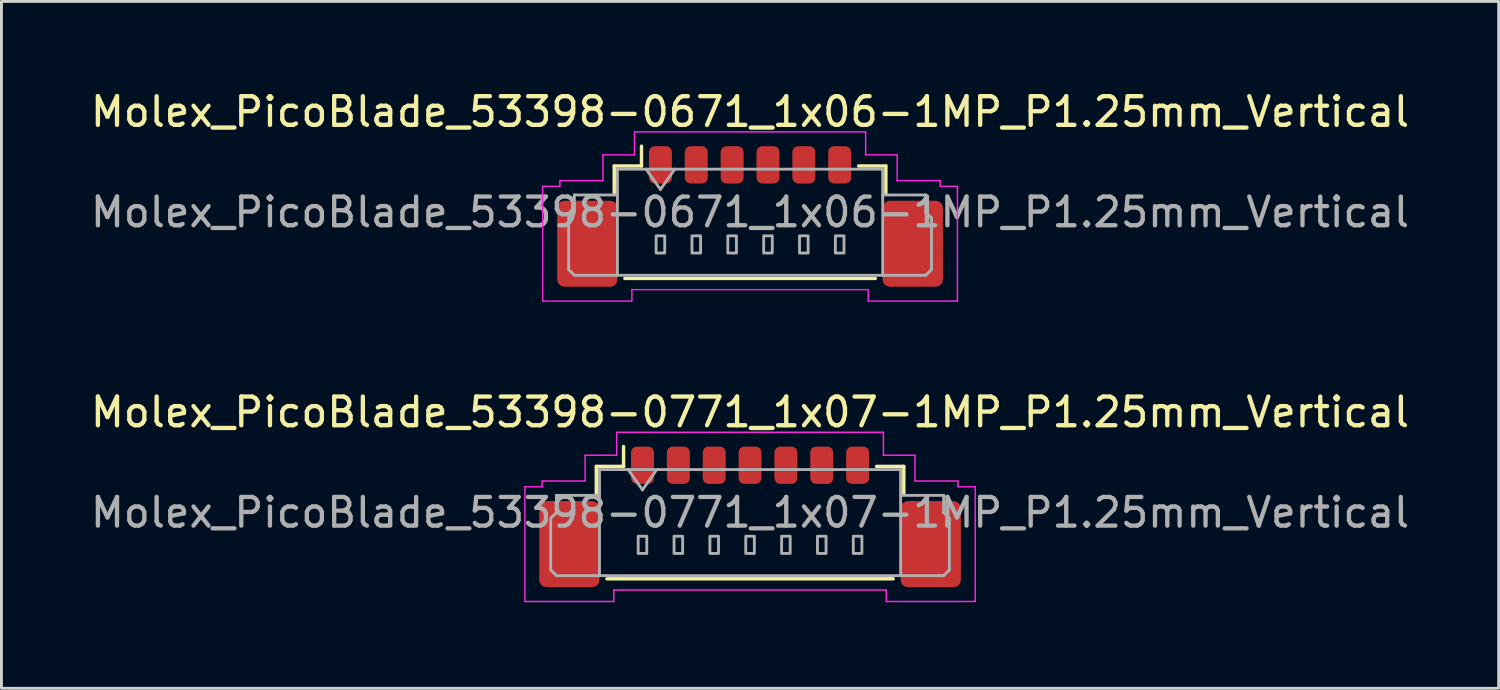
<source format=kicad_pcb>
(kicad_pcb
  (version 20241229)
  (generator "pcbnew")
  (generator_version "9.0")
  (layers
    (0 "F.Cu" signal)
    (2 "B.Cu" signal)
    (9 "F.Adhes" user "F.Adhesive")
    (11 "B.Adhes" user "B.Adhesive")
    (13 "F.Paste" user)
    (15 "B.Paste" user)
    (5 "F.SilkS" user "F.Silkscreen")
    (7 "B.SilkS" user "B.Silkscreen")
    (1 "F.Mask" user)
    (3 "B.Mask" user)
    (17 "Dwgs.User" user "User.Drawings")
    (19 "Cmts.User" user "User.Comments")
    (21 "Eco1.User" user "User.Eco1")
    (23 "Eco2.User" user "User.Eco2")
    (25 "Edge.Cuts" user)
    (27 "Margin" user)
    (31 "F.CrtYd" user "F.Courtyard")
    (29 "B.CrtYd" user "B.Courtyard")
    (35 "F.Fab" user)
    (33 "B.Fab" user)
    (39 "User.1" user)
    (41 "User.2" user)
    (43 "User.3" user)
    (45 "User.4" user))
  (footprint "Molex_PicoBlade_53398-0671_1x06-1MP_P1.25mm_Vertical"
    (layer "F.Cu")
    (at 23.101 3.948)
    (property "Reference" "Molex_PicoBlade_53398-0671_1x06-1MP_P1.25mm_Vertical" (at 0 -3.1 0) (layer "F.SilkS") (effects (font (size 1 1) (thickness 0.15))))
    (attr smd)
    (fp_line (start -4.735 -1.21) (end -3.785 -1.21) (stroke (width 0.12) (type solid)) (layer "F.SilkS"))
    (fp_line (start -4.735 -0.26) (end -4.735 -1.21) (stroke (width 0.12) (type solid)) (layer "F.SilkS"))
    (fp_line (start -4.365 2.71) (end 4.365 2.71) (stroke (width 0.12) (type solid)) (layer "F.SilkS"))
    (fp_line (start -3.785 -1.21) (end -3.785 -1.9) (stroke (width 0.12) (type solid)) (layer "F.SilkS"))
    (fp_line (start 4.735 -1.21) (end 3.785 -1.21) (stroke (width 0.12) (type solid)) (layer "F.SilkS"))
    (fp_line (start 4.735 -0.26) (end 4.735 -1.21) (stroke (width 0.12) (type solid)) (layer "F.SilkS"))
    (fp_line (start -7.23 -0.5) (end -6.63 -0.5) (stroke (width 0.05) (type solid)) (layer "F.CrtYd"))
    (fp_line (start -7.23 3.5) (end -7.23 -0.5) (stroke (width 0.05) (type solid)) (layer "F.CrtYd"))
    (fp_line (start -6.63 -0.7) (end -5.13 -0.7) (stroke (width 0.05) (type solid)) (layer "F.CrtYd"))
    (fp_line (start -6.63 -0.5) (end -6.63 -0.7) (stroke (width 0.05) (type solid)) (layer "F.CrtYd"))
    (fp_line (start -5.13 -1.6) (end -4.03 -1.6) (stroke (width 0.05) (type solid)) (layer "F.CrtYd"))
    (fp_line (start -5.13 -0.7) (end -5.13 -1.6) (stroke (width 0.05) (type solid)) (layer "F.CrtYd"))
    (fp_line (start -4.12 3.1) (end -4.12 3.5) (stroke (width 0.05) (type solid)) (layer "F.CrtYd"))
    (fp_line (start -4.12 3.5) (end -7.23 3.5) (stroke (width 0.05) (type solid)) (layer "F.CrtYd"))
    (fp_line (start -4.03 -2.4) (end 4.03 -2.4) (stroke (width 0.05) (type solid)) (layer "F.CrtYd"))
    (fp_line (start -4.03 -1.6) (end -4.03 -2.4) (stroke (width 0.05) (type solid)) (layer "F.CrtYd"))
    (fp_line (start 4.03 -2.4) (end 4.03 -1.6) (stroke (width 0.05) (type solid)) (layer "F.CrtYd"))
    (fp_line (start 4.03 -1.6) (end 5.13 -1.6) (stroke (width 0.05) (type solid)) (layer "F.CrtYd"))
    (fp_line (start 4.12 3.1) (end -4.12 3.1) (stroke (width 0.05) (type solid)) (layer "F.CrtYd"))
    (fp_line (start 4.12 3.5) (end 4.12 3.1) (stroke (width 0.05) (type solid)) (layer "F.CrtYd"))
    (fp_line (start 5.13 -1.6) (end 5.13 -0.7) (stroke (width 0.05) (type solid)) (layer "F.CrtYd"))
    (fp_line (start 5.13 -0.7) (end 6.63 -0.7) (stroke (width 0.05) (type solid)) (layer "F.CrtYd"))
    (fp_line (start 6.63 -0.7) (end 6.63 -0.5) (stroke (width 0.05) (type solid)) (layer "F.CrtYd"))
    (fp_line (start 6.63 -0.5) (end 7.23 -0.5) (stroke (width 0.05) (type solid)) (layer "F.CrtYd"))
    (fp_line (start 7.23 -0.5) (end 7.23 3.5) (stroke (width 0.05) (type solid)) (layer "F.CrtYd"))
    (fp_line (start 7.23 3.5) (end 4.12 3.5) (stroke (width 0.05) (type solid)) (layer "F.CrtYd"))
    (fp_line (start -6.325 0.6) (end -6.125 0.4) (stroke (width 0.1) (type solid)) (layer "F.Fab"))
    (fp_line (start -6.325 2.4) (end -6.325 0.6) (stroke (width 0.1) (type solid)) (layer "F.Fab"))
    (fp_line (start -6.125 -0.2) (end -4.625 -0.2) (stroke (width 0.1) (type solid)) (layer "F.Fab"))
    (fp_line (start -6.125 0.4) (end -6.125 -0.2) (stroke (width 0.1) (type solid)) (layer "F.Fab"))
    (fp_line (start -6.125 2.6) (end -6.325 2.4) (stroke (width 0.1) (type solid)) (layer "F.Fab"))
    (fp_line (start -4.625 -1.1) (end -4.625 2.6) (stroke (width 0.1) (type solid)) (layer "F.Fab"))
    (fp_line (start -4.625 -1.1) (end 4.625 -1.1) (stroke (width 0.1) (type solid)) (layer "F.Fab"))
    (fp_line (start -4.625 2.6) (end -6.125 2.6) (stroke (width 0.1) (type solid)) (layer "F.Fab"))
    (fp_line (start -4.625 2.6) (end 4.625 2.6) (stroke (width 0.1) (type solid)) (layer "F.Fab"))
    (fp_line (start -3.625 -1.1) (end -3.125 -0.393) (stroke (width 0.1) (type solid)) (layer "F.Fab"))
    (fp_line (start -3.125 -0.393) (end -2.625 -1.1) (stroke (width 0.1) (type solid)) (layer "F.Fab"))
    (fp_line (start 4.625 -1.1) (end 4.625 2.6) (stroke (width 0.1) (type solid)) (layer "F.Fab"))
    (fp_line (start 4.625 2.6) (end 6.125 2.6) (stroke (width 0.1) (type solid)) (layer "F.Fab"))
    (fp_line (start 6.125 -0.2) (end 4.625 -0.2) (stroke (width 0.1) (type solid)) (layer "F.Fab"))
    (fp_line (start 6.125 0.4) (end 6.125 -0.2) (stroke (width 0.1) (type solid)) (layer "F.Fab"))
    (fp_line (start 6.125 2.6) (end 6.325 2.4) (stroke (width 0.1) (type solid)) (layer "F.Fab"))
    (fp_line (start 6.325 0.6) (end 6.125 0.4) (stroke (width 0.1) (type solid)) (layer "F.Fab"))
    (fp_line (start 6.325 2.4) (end 6.325 0.6) (stroke (width 0.1) (type solid)) (layer "F.Fab"))
    (fp_rect (start -3.275 1.225) (end -2.975 1.825) (stroke (width 0.1) (type solid)) (fill no) (layer "F.Fab"))
    (fp_rect (start -2.025 1.225) (end -1.725 1.825) (stroke (width 0.1) (type solid)) (fill no) (layer "F.Fab"))
    (fp_rect (start -0.775 1.225) (end -0.475 1.825) (stroke (width 0.1) (type solid)) (fill no) (layer "F.Fab"))
    (fp_rect (start 0.475 1.225) (end 0.775 1.825) (stroke (width 0.1) (type solid)) (fill no) (layer "F.Fab"))
    (fp_rect (start 1.725 1.225) (end 2.025 1.825) (stroke (width 0.1) (type solid)) (fill no) (layer "F.Fab"))
    (fp_rect (start 2.975 1.225) (end 3.275 1.825) (stroke (width 0.1) (type solid)) (fill no) (layer "F.Fab"))
    (fp_text user "${REFERENCE}" (at 0 0.4 0) (layer "F.Fab") (effects (font (size 1 1) (thickness 0.15))))
    (pad "1" smd roundrect (at -3.125 -1.25) (size 0.8 1.3) (layers "F.Cu" "F.Mask" "F.Paste") (roundrect_rratio 0.25))
    (pad "2" smd roundrect (at -1.875 -1.25) (size 0.8 1.3) (layers "F.Cu" "F.Mask" "F.Paste") (roundrect_rratio 0.25))
    (pad "3" smd roundrect (at -0.625 -1.25) (size 0.8 1.3) (layers "F.Cu" "F.Mask" "F.Paste") (roundrect_rratio 0.25))
    (pad "4" smd roundrect (at 0.625 -1.25) (size 0.8 1.3) (layers "F.Cu" "F.Mask" "F.Paste") (roundrect_rratio 0.25))
    (pad "5" smd roundrect (at 1.875 -1.25) (size 0.8 1.3) (layers "F.Cu" "F.Mask" "F.Paste") (roundrect_rratio 0.25))
    (pad "6" smd roundrect (at 3.125 -1.25) (size 0.8 1.3) (layers "F.Cu" "F.Mask" "F.Paste") (roundrect_rratio 0.25))
    (pad "MP" smd roundrect (at -5.675 1.5) (size 2.1 3) (layers "F.Cu" "F.Mask" "F.Paste") (roundrect_rratio 0.119))
    (pad "MP" smd roundrect (at 5.675 1.5) (size 2.1 3) (layers "F.Cu" "F.Mask" "F.Paste") (roundrect_rratio 0.119)))
  (footprint "Molex_PicoBlade_53398-0771_1x07-1MP_P1.25mm_Vertical"
    (layer "F.Cu")
    (at 23.101 14.421)
    (property "Reference" "Molex_PicoBlade_53398-0771_1x07-1MP_P1.25mm_Vertical" (at 0 -3.1 0) (layer "F.SilkS") (effects (font (size 1 1) (thickness 0.15))))
    (attr smd)
    (fp_line (start -5.36 -1.21) (end -4.41 -1.21) (stroke (width 0.12) (type solid)) (layer "F.SilkS"))
    (fp_line (start -5.36 -0.26) (end -5.36 -1.21) (stroke (width 0.12) (type solid)) (layer "F.SilkS"))
    (fp_line (start -4.99 2.71) (end 4.99 2.71) (stroke (width 0.12) (type solid)) (layer "F.SilkS"))
    (fp_line (start -4.41 -1.21) (end -4.41 -1.9) (stroke (width 0.12) (type solid)) (layer "F.SilkS"))
    (fp_line (start 5.36 -1.21) (end 4.41 -1.21) (stroke (width 0.12) (type solid)) (layer "F.SilkS"))
    (fp_line (start 5.36 -0.26) (end 5.36 -1.21) (stroke (width 0.12) (type solid)) (layer "F.SilkS"))
    (fp_line (start -7.85 -0.5) (end -7.25 -0.5) (stroke (width 0.05) (type solid)) (layer "F.CrtYd"))
    (fp_line (start -7.85 3.5) (end -7.85 -0.5) (stroke (width 0.05) (type solid)) (layer "F.CrtYd"))
    (fp_line (start -7.25 -0.7) (end -5.75 -0.7) (stroke (width 0.05) (type solid)) (layer "F.CrtYd"))
    (fp_line (start -7.25 -0.5) (end -7.25 -0.7) (stroke (width 0.05) (type solid)) (layer "F.CrtYd"))
    (fp_line (start -5.75 -1.6) (end -4.65 -1.6) (stroke (width 0.05) (type solid)) (layer "F.CrtYd"))
    (fp_line (start -5.75 -0.7) (end -5.75 -1.6) (stroke (width 0.05) (type solid)) (layer "F.CrtYd"))
    (fp_line (start -4.75 3.1) (end -4.75 3.5) (stroke (width 0.05) (type solid)) (layer "F.CrtYd"))
    (fp_line (start -4.75 3.5) (end -7.85 3.5) (stroke (width 0.05) (type solid)) (layer "F.CrtYd"))
    (fp_line (start -4.65 -2.4) (end 4.65 -2.4) (stroke (width 0.05) (type solid)) (layer "F.CrtYd"))
    (fp_line (start -4.65 -1.6) (end -4.65 -2.4) (stroke (width 0.05) (type solid)) (layer "F.CrtYd"))
    (fp_line (start 4.65 -2.4) (end 4.65 -1.6) (stroke (width 0.05) (type solid)) (layer "F.CrtYd"))
    (fp_line (start 4.65 -1.6) (end 5.75 -1.6) (stroke (width 0.05) (type solid)) (layer "F.CrtYd"))
    (fp_line (start 4.75 3.1) (end -4.75 3.1) (stroke (width 0.05) (type solid)) (layer "F.CrtYd"))
    (fp_line (start 4.75 3.5) (end 4.75 3.1) (stroke (width 0.05) (type solid)) (layer "F.CrtYd"))
    (fp_line (start 5.75 -1.6) (end 5.75 -0.7) (stroke (width 0.05) (type solid)) (layer "F.CrtYd"))
    (fp_line (start 5.75 -0.7) (end 7.25 -0.7) (stroke (width 0.05) (type solid)) (layer "F.CrtYd"))
    (fp_line (start 7.25 -0.7) (end 7.25 -0.5) (stroke (width 0.05) (type solid)) (layer "F.CrtYd"))
    (fp_line (start 7.25 -0.5) (end 7.85 -0.5) (stroke (width 0.05) (type solid)) (layer "F.CrtYd"))
    (fp_line (start 7.85 -0.5) (end 7.85 3.5) (stroke (width 0.05) (type solid)) (layer "F.CrtYd"))
    (fp_line (start 7.85 3.5) (end 4.75 3.5) (stroke (width 0.05) (type solid)) (layer "F.CrtYd"))
    (fp_line (start -6.95 0.6) (end -6.75 0.4) (stroke (width 0.1) (type solid)) (layer "F.Fab"))
    (fp_line (start -6.95 2.4) (end -6.95 0.6) (stroke (width 0.1) (type solid)) (layer "F.Fab"))
    (fp_line (start -6.75 -0.2) (end -5.25 -0.2) (stroke (width 0.1) (type solid)) (layer "F.Fab"))
    (fp_line (start -6.75 0.4) (end -6.75 -0.2) (stroke (width 0.1) (type solid)) (layer "F.Fab"))
    (fp_line (start -6.75 2.6) (end -6.95 2.4) (stroke (width 0.1) (type solid)) (layer "F.Fab"))
    (fp_line (start -5.25 -1.1) (end -5.25 2.6) (stroke (width 0.1) (type solid)) (layer "F.Fab"))
    (fp_line (start -5.25 -1.1) (end 5.25 -1.1) (stroke (width 0.1) (type solid)) (layer "F.Fab"))
    (fp_line (start -5.25 2.6) (end -6.75 2.6) (stroke (width 0.1) (type solid)) (layer "F.Fab"))
    (fp_line (start -5.25 2.6) (end 5.25 2.6) (stroke (width 0.1) (type solid)) (layer "F.Fab"))
    (fp_line (start -4.25 -1.1) (end -3.75 -0.393) (stroke (width 0.1) (type solid)) (layer "F.Fab"))
    (fp_line (start -3.75 -0.393) (end -3.25 -1.1) (stroke (width 0.1) (type solid)) (layer "F.Fab"))
    (fp_line (start 5.25 -1.1) (end 5.25 2.6) (stroke (width 0.1) (type solid)) (layer "F.Fab"))
    (fp_line (start 5.25 2.6) (end 6.75 2.6) (stroke (width 0.1) (type solid)) (layer "F.Fab"))
    (fp_line (start 6.75 -0.2) (end 5.25 -0.2) (stroke (width 0.1) (type solid)) (layer "F.Fab"))
    (fp_line (start 6.75 0.4) (end 6.75 -0.2) (stroke (width 0.1) (type solid)) (layer "F.Fab"))
    (fp_line (start 6.75 2.6) (end 6.95 2.4) (stroke (width 0.1) (type solid)) (layer "F.Fab"))
    (fp_line (start 6.95 0.6) (end 6.75 0.4) (stroke (width 0.1) (type solid)) (layer "F.Fab"))
    (fp_line (start 6.95 2.4) (end 6.95 0.6) (stroke (width 0.1) (type solid)) (layer "F.Fab"))
    (fp_rect (start -3.9 1.225) (end -3.6 1.825) (stroke (width 0.1) (type solid)) (fill no) (layer "F.Fab"))
    (fp_rect (start -2.65 1.225) (end -2.35 1.825) (stroke (width 0.1) (type solid)) (fill no) (layer "F.Fab"))
    (fp_rect (start -1.4 1.225) (end -1.1 1.825) (stroke (width 0.1) (type solid)) (fill no) (layer "F.Fab"))
    (fp_rect (start -0.15 1.225) (end 0.15 1.825) (stroke (width 0.1) (type solid)) (fill no) (layer "F.Fab"))
    (fp_rect (start 1.1 1.225) (end 1.4 1.825) (stroke (width 0.1) (type solid)) (fill no) (layer "F.Fab"))
    (fp_rect (start 2.35 1.225) (end 2.65 1.825) (stroke (width 0.1) (type solid)) (fill no) (layer "F.Fab"))
    (fp_rect (start 3.6 1.225) (end 3.9 1.825) (stroke (width 0.1) (type solid)) (fill no) (layer "F.Fab"))
    (fp_text user "${REFERENCE}" (at 0 0.4 0) (layer "F.Fab") (effects (font (size 1 1) (thickness 0.15))))
    (pad "1" smd roundrect (at -3.75 -1.25) (size 0.8 1.3) (layers "F.Cu" "F.Mask" "F.Paste") (roundrect_rratio 0.25))
    (pad "2" smd roundrect (at -2.5 -1.25) (size 0.8 1.3) (layers "F.Cu" "F.Mask" "F.Paste") (roundrect_rratio 0.25))
    (pad "3" smd roundrect (at -1.25 -1.25) (size 0.8 1.3) (layers "F.Cu" "F.Mask" "F.Paste") (roundrect_rratio 0.25))
    (pad "4" smd roundrect (at 0 -1.25) (size 0.8 1.3) (layers "F.Cu" "F.Mask" "F.Paste") (roundrect_rratio 0.25))
    (pad "5" smd roundrect (at 1.25 -1.25) (size 0.8 1.3) (layers "F.Cu" "F.Mask" "F.Paste") (roundrect_rratio 0.25))
    (pad "6" smd roundrect (at 2.5 -1.25) (size 0.8 1.3) (layers "F.Cu" "F.Mask" "F.Paste") (roundrect_rratio 0.25))
    (pad "7" smd roundrect (at 3.75 -1.25) (size 0.8 1.3) (layers "F.Cu" "F.Mask" "F.Paste") (roundrect_rratio 0.25))
    (pad "MP" smd roundrect (at -6.3 1.5) (size 2.1 3) (layers "F.Cu" "F.Mask" "F.Paste") (roundrect_rratio 0.119))
    (pad "MP" smd roundrect (at 6.3 1.5) (size 2.1 3) (layers "F.Cu" "F.Mask" "F.Paste") (roundrect_rratio 0.119)))
  (gr_rect
    (start -3 -3)
    (end 49.202 20.947)
    (stroke (width 0.1) (type default))
    (fill no)
    (layer "Edge.Cuts")))
</source>
